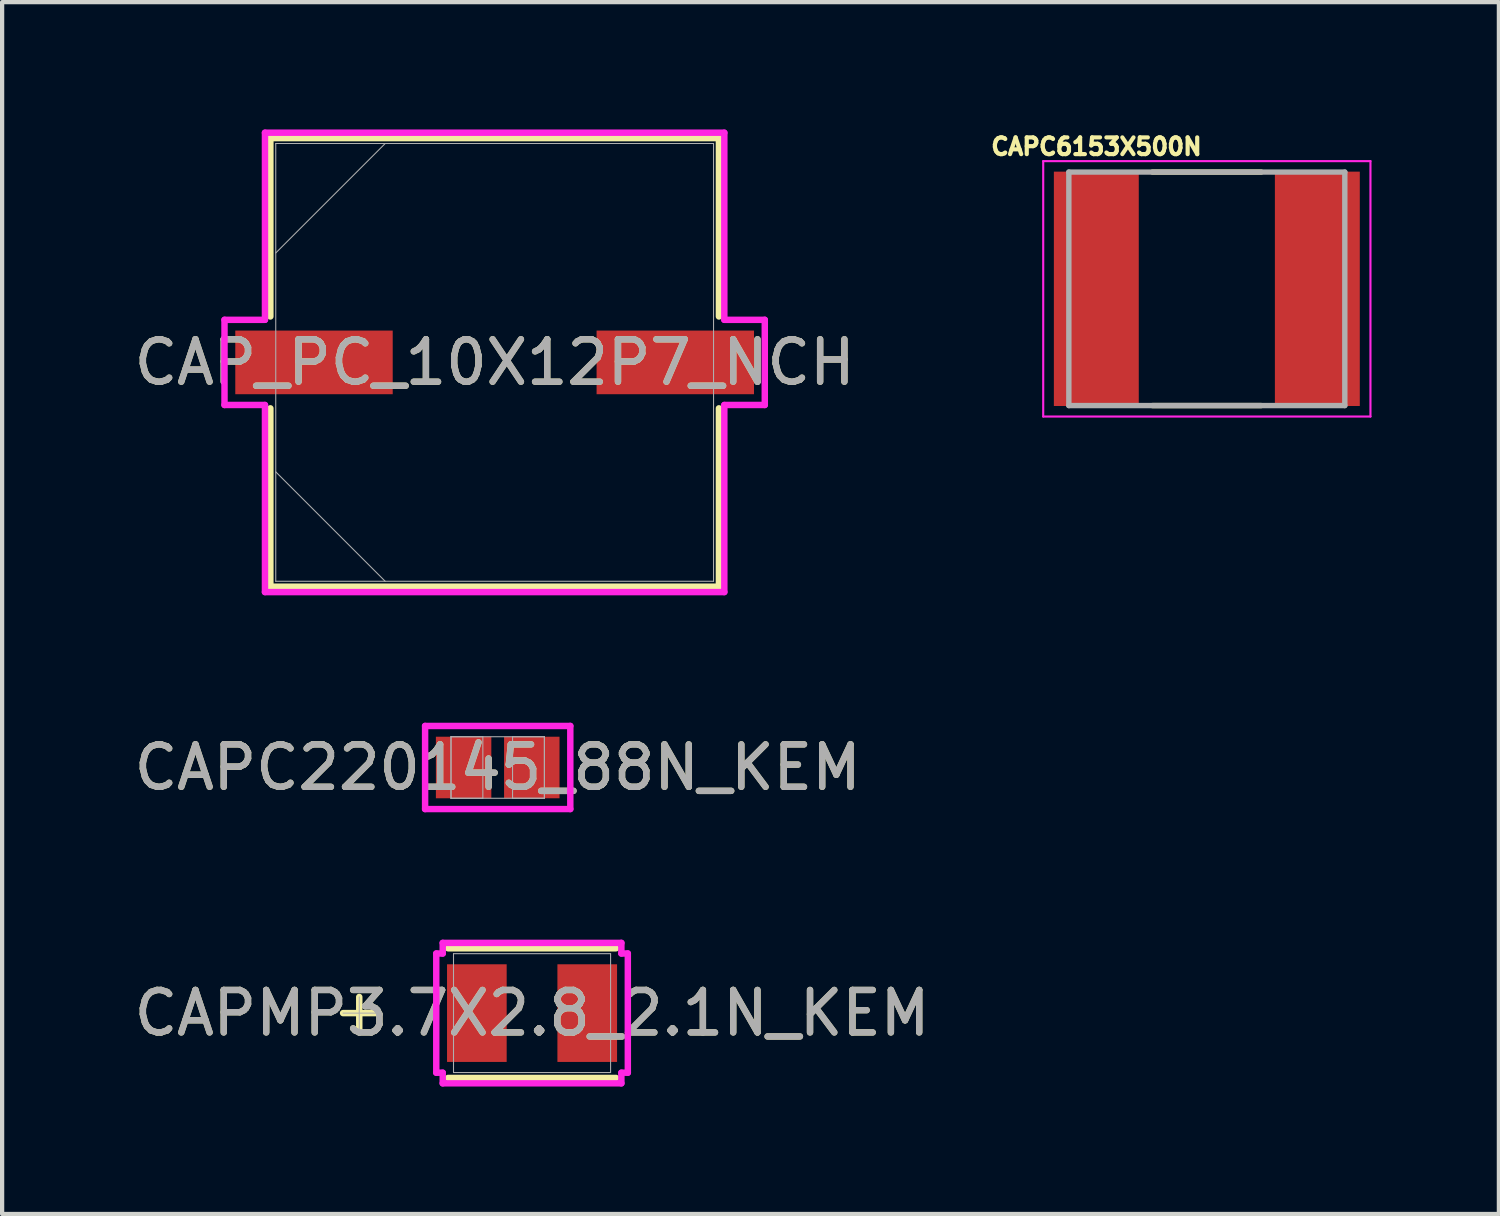
<source format=kicad_pcb>
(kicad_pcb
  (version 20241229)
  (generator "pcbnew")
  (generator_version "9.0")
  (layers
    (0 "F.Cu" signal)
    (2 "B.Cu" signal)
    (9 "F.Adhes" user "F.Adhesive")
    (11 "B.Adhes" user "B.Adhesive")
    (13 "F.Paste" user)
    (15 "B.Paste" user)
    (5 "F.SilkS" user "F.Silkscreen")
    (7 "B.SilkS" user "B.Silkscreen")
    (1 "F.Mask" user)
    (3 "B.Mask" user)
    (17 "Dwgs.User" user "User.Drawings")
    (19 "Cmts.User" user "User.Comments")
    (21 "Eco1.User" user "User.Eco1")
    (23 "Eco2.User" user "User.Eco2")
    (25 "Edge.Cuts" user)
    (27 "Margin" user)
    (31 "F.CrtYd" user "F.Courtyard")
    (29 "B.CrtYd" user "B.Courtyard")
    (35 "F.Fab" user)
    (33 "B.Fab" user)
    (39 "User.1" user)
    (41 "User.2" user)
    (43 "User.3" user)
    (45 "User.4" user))
  (footprint "CAP_PC_10X12P7_NCH"
    (layer "F.Cu")
    (at 8.601 5.486)
    (property "Reference" "CAP_PC_10X12P7_NCH" (at 0 0 0) (unlocked yes) (layer "F.SilkS") (effects (font (size 1 1) (thickness 0.15))))
    (attr smd)
    (fp_line (start -5.283 -5.283) (end -5.283 -1.082) (stroke (width 0.152) (type solid)) (layer "F.SilkS"))
    (fp_line (start -5.283 1.082) (end -5.283 5.283) (stroke (width 0.152) (type solid)) (layer "F.SilkS"))
    (fp_line (start -5.283 5.283) (end 5.283 5.283) (stroke (width 0.152) (type solid)) (layer "F.SilkS"))
    (fp_line (start 5.283 -5.283) (end -5.283 -5.283) (stroke (width 0.152) (type solid)) (layer "F.SilkS"))
    (fp_line (start 5.283 -1.082) (end 5.283 -5.283) (stroke (width 0.152) (type solid)) (layer "F.SilkS"))
    (fp_line (start 5.283 5.283) (end 5.283 1.082) (stroke (width 0.152) (type solid)) (layer "F.SilkS"))
    (fp_line (start -6.363 -1.003) (end -5.41 -1.003) (stroke (width 0.152) (type solid)) (layer "F.CrtYd"))
    (fp_line (start -6.363 1.003) (end -6.363 -1.003) (stroke (width 0.152) (type solid)) (layer "F.CrtYd"))
    (fp_line (start -5.41 -5.41) (end 5.41 -5.41) (stroke (width 0.152) (type solid)) (layer "F.CrtYd"))
    (fp_line (start -5.41 -1.003) (end -5.41 -5.41) (stroke (width 0.152) (type solid)) (layer "F.CrtYd"))
    (fp_line (start -5.41 1.003) (end -6.363 1.003) (stroke (width 0.152) (type solid)) (layer "F.CrtYd"))
    (fp_line (start -5.41 5.41) (end -5.41 1.003) (stroke (width 0.152) (type solid)) (layer "F.CrtYd"))
    (fp_line (start 5.41 -5.41) (end 5.41 -1.003) (stroke (width 0.152) (type solid)) (layer "F.CrtYd"))
    (fp_line (start 5.41 -1.003) (end 6.363 -1.003) (stroke (width 0.152) (type solid)) (layer "F.CrtYd"))
    (fp_line (start 5.41 1.003) (end 5.41 5.41) (stroke (width 0.152) (type solid)) (layer "F.CrtYd"))
    (fp_line (start 5.41 5.41) (end -5.41 5.41) (stroke (width 0.152) (type solid)) (layer "F.CrtYd"))
    (fp_line (start 6.363 -1.003) (end 6.363 1.003) (stroke (width 0.152) (type solid)) (layer "F.CrtYd"))
    (fp_line (start 6.363 1.003) (end 5.41 1.003) (stroke (width 0.152) (type solid)) (layer "F.CrtYd"))
    (fp_line (start -5.156 -5.156) (end -5.156 5.156) (stroke (width 0.025) (type solid)) (layer "F.Fab"))
    (fp_line (start -5.156 -2.578) (end -2.578 -5.156) (stroke (width 0.025) (type solid)) (layer "F.Fab"))
    (fp_line (start -5.156 2.578) (end -2.578 5.156) (stroke (width 0.025) (type solid)) (layer "F.Fab"))
    (fp_line (start -5.156 5.156) (end 5.156 5.156) (stroke (width 0.025) (type solid)) (layer "F.Fab"))
    (fp_line (start 5.156 -5.156) (end -5.156 -5.156) (stroke (width 0.025) (type solid)) (layer "F.Fab"))
    (fp_line (start 5.156 5.156) (end 5.156 -5.156) (stroke (width 0.025) (type solid)) (layer "F.Fab"))
    (fp_circle (center -4.648 0) (end -4.648 0) (stroke (width 0.025) (type solid)) (fill no) (layer "F.Fab"))
    (fp_text user "${REFERENCE}" (at 0 0 0) (unlocked yes) (layer "F.Fab") (effects (font (size 1 1) (thickness 0.15))))
    (pad "1" smd rect (at -4.255 0) (size 3.708 1.499) (layers "F.Cu" "F.Mask" "F.Paste"))
    (pad "2" smd rect (at 4.255 0) (size 3.708 1.499) (layers "F.Cu" "F.Mask" "F.Paste"))
    (zone (net_name "") (layer "F.Cu") (hatch full 0.508) (connect_pads) (min_thickness 0.254) (filled_areas_thickness no) (keepout (tracks not_allowed) (vias not_allowed) (pads allowed) (copperpour not_allowed) (footprints allowed)) (placement (enabled no)) (fill) (polygon (pts (xy 3.496 0.381) (xy 13.707 0.381) (xy 13.707 4.686) (xy 3.496 4.686))))
    (zone (net_name "") (layer "F.Cu") (hatch full 0.508) (connect_pads) (min_thickness 0.254) (filled_areas_thickness no) (keepout (tracks not_allowed) (vias not_allowed) (pads allowed) (copperpour not_allowed) (footprints allowed)) (placement (enabled no)) (fill) (polygon (pts (xy 3.496 6.287) (xy 13.707 6.287) (xy 13.707 10.592) (xy 3.496 10.592))))
    (zone (net_name "") (layer "F.Cu") (hatch full 0.508) (connect_pads) (min_thickness 0.254) (filled_areas_thickness no) (keepout (tracks not_allowed) (vias not_allowed) (pads allowed) (copperpour not_allowed) (footprints allowed)) (placement (enabled no)) (fill) (polygon (pts (xy 6.252 4.686) (xy 10.951 4.686) (xy 10.951 6.287) (xy 6.252 6.287)))))
  (footprint "CAPMP3.7X2.8_2.1N_KEM"
    (layer "F.Cu")
    (at 9.482 20.813)
    (property "Reference" "CAPMP3.7X2.8_2.1N_KEM" (at 0 0 0) (unlocked yes) (layer "F.SilkS") (effects (font (size 1 1) (thickness 0.15))))
    (attr smd)
    (fp_line (start -4.07 -0.381) (end -4.07 0.381) (stroke (width 0.152) (type solid)) (layer "F.SilkS"))
    (fp_line (start -3.689 0) (end -4.451 0) (stroke (width 0.152) (type solid)) (layer "F.SilkS"))
    (fp_line (start -1.977 1.527) (end 1.977 1.527) (stroke (width 0.152) (type solid)) (layer "F.SilkS"))
    (fp_line (start 1.977 -1.527) (end -1.977 -1.527) (stroke (width 0.152) (type solid)) (layer "F.SilkS"))
    (fp_line (start -2.256 -1.404) (end -2.104 -1.404) (stroke (width 0.152) (type solid)) (layer "F.CrtYd"))
    (fp_line (start -2.256 1.404) (end -2.256 -1.404) (stroke (width 0.152) (type solid)) (layer "F.CrtYd"))
    (fp_line (start -2.104 -1.654) (end 2.104 -1.654) (stroke (width 0.152) (type solid)) (layer "F.CrtYd"))
    (fp_line (start -2.104 -1.404) (end -2.104 -1.654) (stroke (width 0.152) (type solid)) (layer "F.CrtYd"))
    (fp_line (start -2.104 1.404) (end -2.256 1.404) (stroke (width 0.152) (type solid)) (layer "F.CrtYd"))
    (fp_line (start -2.104 1.654) (end -2.104 1.404) (stroke (width 0.152) (type solid)) (layer "F.CrtYd"))
    (fp_line (start 2.104 -1.654) (end 2.104 -1.404) (stroke (width 0.152) (type solid)) (layer "F.CrtYd"))
    (fp_line (start 2.104 -1.404) (end 2.256 -1.404) (stroke (width 0.152) (type solid)) (layer "F.CrtYd"))
    (fp_line (start 2.104 1.404) (end 2.104 1.654) (stroke (width 0.152) (type solid)) (layer "F.CrtYd"))
    (fp_line (start 2.104 1.654) (end -2.104 1.654) (stroke (width 0.152) (type solid)) (layer "F.CrtYd"))
    (fp_line (start 2.256 -1.404) (end 2.256 1.404) (stroke (width 0.152) (type solid)) (layer "F.CrtYd"))
    (fp_line (start 2.256 1.404) (end 2.104 1.404) (stroke (width 0.152) (type solid)) (layer "F.CrtYd"))
    (fp_line (start -4.07 -0.381) (end -4.07 0.381) (stroke (width 0.025) (type solid)) (layer "F.Fab"))
    (fp_line (start -3.689 0) (end -4.451 0) (stroke (width 0.025) (type solid)) (layer "F.Fab"))
    (fp_line (start -1.85 -1.4) (end -1.85 1.4) (stroke (width 0.025) (type solid)) (layer "F.Fab"))
    (fp_line (start -1.85 1.4) (end 1.85 1.4) (stroke (width 0.025) (type solid)) (layer "F.Fab"))
    (fp_line (start 1.85 -1.4) (end -1.85 -1.4) (stroke (width 0.025) (type solid)) (layer "F.Fab"))
    (fp_line (start 1.85 1.4) (end 1.85 -1.4) (stroke (width 0.025) (type solid)) (layer "F.Fab"))
    (fp_text user "${REFERENCE}" (at 0 0 0) (unlocked yes) (layer "F.Fab") (effects (font (size 1 1) (thickness 0.15))))
    (pad "1" smd rect (at -1.3 0 90) (size 2.3 1.405) (layers "F.Cu" "F.Mask" "F.Paste"))
    (pad "2" smd rect (at 1.3 0 90) (size 2.3 1.405) (layers "F.Cu" "F.Mask" "F.Paste"))
    (zone (net_name "") (layer "F.Cu") (hatch full 0.508) (connect_pads) (min_thickness 0.254) (filled_areas_thickness no) (keepout (tracks not_allowed) (vias not_allowed) (pads allowed) (copperpour not_allowed) (footprints allowed)) (placement (enabled no)) (fill) (polygon (pts (xy 7.683 19.464) (xy 11.281 19.464) (xy 11.281 19.613) (xy 7.683 19.613))))
    (zone (net_name "") (layer "F.Cu") (hatch full 0.508) (connect_pads) (min_thickness 0.254) (filled_areas_thickness no) (keepout (tracks not_allowed) (vias not_allowed) (pads allowed) (copperpour not_allowed) (footprints allowed)) (placement (enabled no)) (fill) (polygon (pts (xy 7.683 22.014) (xy 11.281 22.014) (xy 11.281 22.163) (xy 7.683 22.163))))
    (zone (net_name "") (layer "F.Cu") (hatch full 0.508) (connect_pads) (min_thickness 0.254) (filled_areas_thickness no) (keepout (tracks not_allowed) (vias not_allowed) (pads allowed) (copperpour not_allowed) (footprints allowed)) (placement (enabled no)) (fill) (polygon (pts (xy 8.736 19.613) (xy 10.228 19.613) (xy 10.228 22.014) (xy 8.736 22.014)))))
  (footprint "CAPC220145_88N_KEM"
    (layer "F.Cu")
    (at 8.673 15.028)
    (property "Reference" "CAPC220145_88N_KEM" (at 0 0 0) (unlocked yes) (layer "F.SilkS") (effects (font (size 1 1) (thickness 0.15))))
    (attr smd)
    (fp_line (start -1.71 -0.979) (end 1.71 -0.979) (stroke (width 0.152) (type solid)) (layer "F.CrtYd"))
    (fp_line (start -1.71 0.979) (end -1.71 -0.979) (stroke (width 0.152) (type solid)) (layer "F.CrtYd"))
    (fp_line (start 1.71 -0.979) (end 1.71 0.979) (stroke (width 0.152) (type solid)) (layer "F.CrtYd"))
    (fp_line (start 1.71 0.979) (end -1.71 0.979) (stroke (width 0.152) (type solid)) (layer "F.CrtYd"))
    (fp_line (start -1.1 -0.725) (end -1.1 0.725) (stroke (width 0.025) (type solid)) (layer "F.Fab"))
    (fp_line (start -1.1 -0.725) (end -1.1 0.725) (stroke (width 0.025) (type solid)) (layer "F.Fab"))
    (fp_line (start -1.1 0.725) (end -0.35 0.725) (stroke (width 0.025) (type solid)) (layer "F.Fab"))
    (fp_line (start -1.1 0.725) (end 1.1 0.725) (stroke (width 0.025) (type solid)) (layer "F.Fab"))
    (fp_line (start -0.35 -0.725) (end -1.1 -0.725) (stroke (width 0.025) (type solid)) (layer "F.Fab"))
    (fp_line (start -0.35 0.725) (end -0.35 -0.725) (stroke (width 0.025) (type solid)) (layer "F.Fab"))
    (fp_line (start 0.35 -0.725) (end 0.35 0.725) (stroke (width 0.025) (type solid)) (layer "F.Fab"))
    (fp_line (start 0.35 0.725) (end 1.1 0.725) (stroke (width 0.025) (type solid)) (layer "F.Fab"))
    (fp_line (start 1.1 -0.725) (end -1.1 -0.725) (stroke (width 0.025) (type solid)) (layer "F.Fab"))
    (fp_line (start 1.1 -0.725) (end 0.35 -0.725) (stroke (width 0.025) (type solid)) (layer "F.Fab"))
    (fp_line (start 1.1 0.725) (end 1.1 -0.725) (stroke (width 0.025) (type solid)) (layer "F.Fab"))
    (fp_line (start 1.1 0.725) (end 1.1 -0.725) (stroke (width 0.025) (type solid)) (layer "F.Fab"))
    (fp_text user "${REFERENCE}" (at 0 0 0) (unlocked yes) (layer "F.Fab") (effects (font (size 1 1) (thickness 0.15))))
    (pad "1" smd rect (at -0.803 0) (size 1.306 1.45) (layers "F.Cu" "F.Mask" "F.Paste"))
    (pad "2" smd rect (at 0.803 0) (size 1.306 1.45) (layers "F.Cu" "F.Mask" "F.Paste"))
    (zone (net_name "") (layer "F.Cu") (hatch full 0.508) (connect_pads) (min_thickness 0.254) (filled_areas_thickness no) (keepout (tracks not_allowed) (vias not_allowed) (pads allowed) (copperpour not_allowed) (footprints allowed)) (placement (enabled no)) (fill) (polygon (pts (xy 8.573 14.354) (xy 8.772 14.354) (xy 8.772 15.702) (xy 8.573 15.702)))))
  (footprint "CAPC6153X500N"
    (layer "F.Cu")
    (at 25.376 3.753)
    (property "Reference" "CAPC6153X500N" (at -2.6 -3.35 0) (layer "F.SilkS") (effects (font (size 0.394 0.394) (thickness 0.15))))
    (attr smd)
    (fp_line (start -1.28 -2.75) (end 1.28 -2.75) (stroke (width 0.127) (type solid)) (layer "F.SilkS"))
    (fp_line (start -1.28 2.75) (end 1.28 2.75) (stroke (width 0.127) (type solid)) (layer "F.SilkS"))
    (fp_line (start -3.854 -3.008) (end 3.854 -3.008) (stroke (width 0.05) (type solid)) (layer "F.CrtYd"))
    (fp_line (start -3.854 3.008) (end -3.854 -3.008) (stroke (width 0.05) (type solid)) (layer "F.CrtYd"))
    (fp_line (start -3.854 3.008) (end 3.854 3.008) (stroke (width 0.05) (type solid)) (layer "F.CrtYd"))
    (fp_line (start 3.854 3.008) (end 3.854 -3.008) (stroke (width 0.05) (type solid)) (layer "F.CrtYd"))
    (fp_line (start -3.25 2.75) (end -3.25 -2.75) (stroke (width 0.127) (type solid)) (layer "F.Fab"))
    (fp_line (start 3.25 -2.75) (end -3.25 -2.75) (stroke (width 0.127) (type solid)) (layer "F.Fab"))
    (fp_line (start 3.25 2.75) (end -3.25 2.75) (stroke (width 0.127) (type solid)) (layer "F.Fab"))
    (fp_line (start 3.25 2.75) (end 3.25 -2.75) (stroke (width 0.127) (type solid)) (layer "F.Fab"))
    (pad "1" smd rect (at -2.603 0) (size 2 5.52) (layers "F.Cu" "F.Mask" "F.Paste"))
    (pad "2" smd rect (at 2.603 0) (size 2 5.52) (layers "F.Cu" "F.Mask" "F.Paste")))
  (gr_rect
    (start -3 -3)
    (end 32.255 25.544)
    (stroke (width 0.1) (type default))
    (fill no)
    (layer "Edge.Cuts")))
</source>
